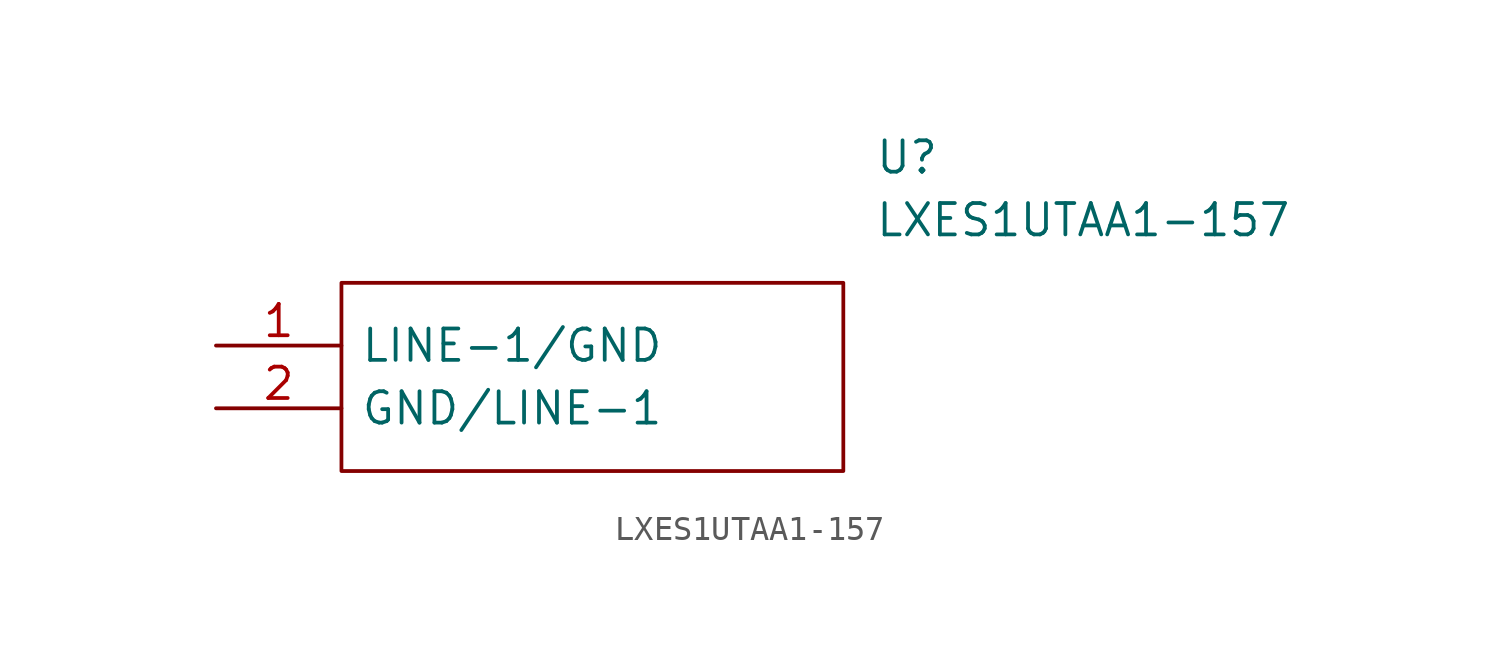
<source format=kicad_sym>
(kicad_symbol_lib
  (version 20211014)
  (generator kicad_symbol_editor)
  (symbol "LXES1UTAA1-157"
    (pin_names
      (offset 0.762))
    (property "Reference" "U"
      (at 26.67 7.62 0)
      (effects (font (size 1.27 1.27)) (justify left)))
    (property "Value" "LXES1UTAA1-157"
      (at 26.67 5.08 0)
      (effects (font (size 1.27 1.27)) (justify left)))
    (symbol "LXES1UTAA1-157_0_0"
      (pin passive line (at 0 0 0) (length 5.08) (name "LINE-1/GND" (effects (font (size 1.27 1.27)))) (number "1" (effects (font (size 1.27 1.27)))))
      (pin passive line (at 0 -2.54 0) (length 5.08) (name "GND/LINE-1" (effects (font (size 1.27 1.27)))) (number "2" (effects (font (size 1.27 1.27))))))
    (symbol "LXES1UTAA1-157_0_1"
      (polyline (pts (xy 5.08 2.54) (xy 25.4 2.54) (xy 25.4 -5.08) (xy 5.08 -5.08) (xy 5.08 2.54)) (stroke (width 0.152) (type default) (color 0 0 0 0)) (fill (type none))))))
</source>
